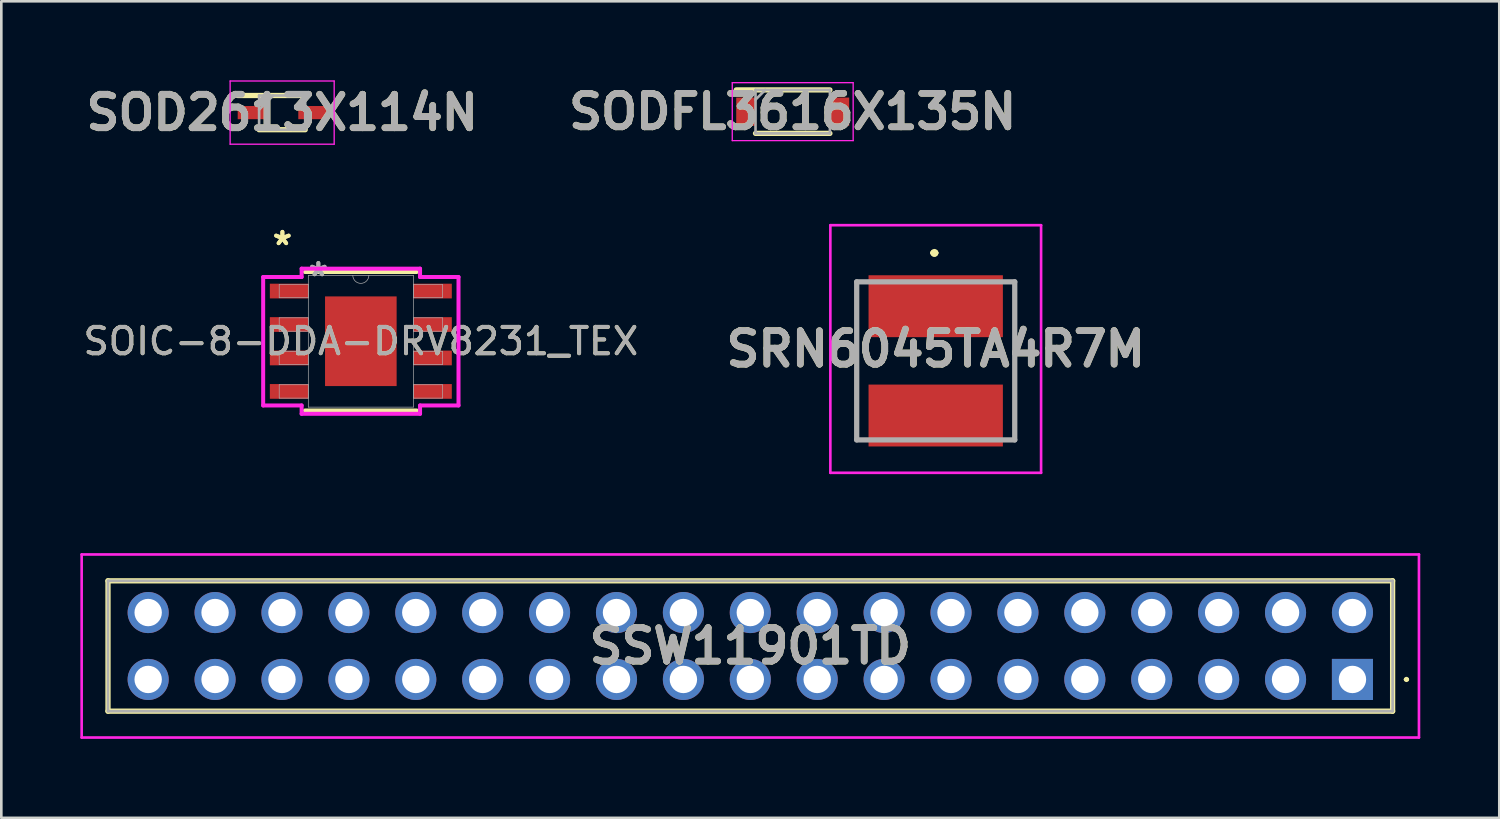
<source format=kicad_pcb>
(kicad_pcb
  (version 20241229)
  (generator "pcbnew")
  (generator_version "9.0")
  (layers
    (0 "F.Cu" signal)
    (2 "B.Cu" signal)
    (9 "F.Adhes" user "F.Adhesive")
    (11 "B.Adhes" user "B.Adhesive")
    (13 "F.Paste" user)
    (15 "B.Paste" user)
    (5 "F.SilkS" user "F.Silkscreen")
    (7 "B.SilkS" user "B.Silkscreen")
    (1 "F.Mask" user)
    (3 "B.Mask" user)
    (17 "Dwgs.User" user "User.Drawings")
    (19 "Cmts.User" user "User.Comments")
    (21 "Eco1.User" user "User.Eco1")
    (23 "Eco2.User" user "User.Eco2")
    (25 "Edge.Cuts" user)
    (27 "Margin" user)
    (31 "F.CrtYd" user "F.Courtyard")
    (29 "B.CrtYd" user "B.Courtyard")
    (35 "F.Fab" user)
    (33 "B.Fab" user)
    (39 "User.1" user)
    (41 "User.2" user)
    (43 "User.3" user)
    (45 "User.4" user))
  (footprint "SODFL3616X135N"
    (layer "F.Cu")
    (at 27.045 1.189)
    (property "Reference" "SODFL3616X135N" (at 0 0 0) (layer "F.SilkS") (effects (font (size 1.27 1.27) (thickness 0.254))))
    (attr smd)
    (fp_line (start -2.145 -0.825) (end 1.412 -0.825) (stroke (width 0.2) (type solid)) (layer "F.SilkS"))
    (fp_line (start -1.412 0.825) (end 1.412 0.825) (stroke (width 0.2) (type solid)) (layer "F.SilkS"))
    (fp_line (start -2.295 -1.1) (end 2.295 -1.1) (stroke (width 0.05) (type solid)) (layer "F.CrtYd"))
    (fp_line (start -2.295 1.1) (end -2.295 -1.1) (stroke (width 0.05) (type solid)) (layer "F.CrtYd"))
    (fp_line (start 2.295 -1.1) (end 2.295 1.1) (stroke (width 0.05) (type solid)) (layer "F.CrtYd"))
    (fp_line (start 2.295 1.1) (end -2.295 1.1) (stroke (width 0.05) (type solid)) (layer "F.CrtYd"))
    (fp_line (start -1.412 -0.825) (end 1.412 -0.825) (stroke (width 0.1) (type solid)) (layer "F.Fab"))
    (fp_line (start -1.412 -0.455) (end -1.042 -0.825) (stroke (width 0.1) (type solid)) (layer "F.Fab"))
    (fp_line (start -1.412 0.825) (end -1.412 -0.825) (stroke (width 0.1) (type solid)) (layer "F.Fab"))
    (fp_line (start 1.412 -0.825) (end 1.412 0.825) (stroke (width 0.1) (type solid)) (layer "F.Fab"))
    (fp_line (start 1.412 0.825) (end -1.412 0.825) (stroke (width 0.1) (type solid)) (layer "F.Fab"))
    (fp_text user "${REFERENCE}" (at 0 0 0) (layer "F.Fab") (effects (font (size 1.27 1.27) (thickness 0.254))))
    (pad "1" smd rect (at -1.775 0) (size 0.74 1.07) (layers "F.Cu" "F.Mask" "F.Paste"))
    (pad "2" smd rect (at 1.775 0) (size 0.74 1.07) (layers "F.Cu" "F.Mask" "F.Paste")))
  (footprint "SOIC-8-DDA-DRV8231_TEX"
    (layer "F.Cu")
    (at 10.649 9.905)
    (property "Reference" "SOIC-8-DDA-DRV8231_TEX" (at 0 0 0) (unlocked yes) (layer "F.SilkS") (effects (font (size 1 1) (thickness 0.15))))
    (attr smd)
    (fp_line (start -2.121 2.629) (end 2.121 2.629) (stroke (width 0.152) (type solid)) (layer "F.SilkS"))
    (fp_line (start 2.121 -2.629) (end -2.121 -2.629) (stroke (width 0.152) (type solid)) (layer "F.SilkS"))
    (fp_poly (pts (xy -1.259 -1.602) (xy -1.259 -0.1) (xy -0.1 -0.1) (xy -0.1 -1.602)) (stroke (width 0) (type solid)) (fill yes) (layer "F.Paste"))
    (fp_poly (pts (xy -1.259 0.1) (xy -1.259 1.602) (xy -0.1 1.602) (xy -0.1 0.1)) (stroke (width 0) (type solid)) (fill yes) (layer "F.Paste"))
    (fp_poly (pts (xy 0.1 -1.602) (xy 0.1 -0.1) (xy 1.259 -0.1) (xy 1.259 -1.602)) (stroke (width 0) (type solid)) (fill yes) (layer "F.Paste"))
    (fp_poly (pts (xy 0.1 0.1) (xy 0.1 1.602) (xy 1.259 1.602) (xy 1.259 0.1)) (stroke (width 0) (type solid)) (fill yes) (layer "F.Paste"))
    (fp_line (start -3.708 -2.438) (end -2.248 -2.438) (stroke (width 0.152) (type solid)) (layer "F.CrtYd"))
    (fp_line (start -3.708 2.438) (end -3.708 -2.438) (stroke (width 0.152) (type solid)) (layer "F.CrtYd"))
    (fp_line (start -3.708 2.438) (end -2.248 2.438) (stroke (width 0.152) (type solid)) (layer "F.CrtYd"))
    (fp_line (start -2.248 -2.756) (end 2.248 -2.756) (stroke (width 0.152) (type solid)) (layer "F.CrtYd"))
    (fp_line (start -2.248 -2.438) (end -2.248 -2.756) (stroke (width 0.152) (type solid)) (layer "F.CrtYd"))
    (fp_line (start -2.248 2.756) (end -2.248 2.438) (stroke (width 0.152) (type solid)) (layer "F.CrtYd"))
    (fp_line (start 2.248 -2.756) (end 2.248 -2.438) (stroke (width 0.152) (type solid)) (layer "F.CrtYd"))
    (fp_line (start 2.248 2.438) (end 2.248 2.756) (stroke (width 0.152) (type solid)) (layer "F.CrtYd"))
    (fp_line (start 2.248 2.756) (end -2.248 2.756) (stroke (width 0.152) (type solid)) (layer "F.CrtYd"))
    (fp_line (start 3.708 -2.438) (end 2.248 -2.438) (stroke (width 0.152) (type solid)) (layer "F.CrtYd"))
    (fp_line (start 3.708 -2.438) (end 3.708 2.438) (stroke (width 0.152) (type solid)) (layer "F.CrtYd"))
    (fp_line (start 3.708 2.438) (end 2.248 2.438) (stroke (width 0.152) (type solid)) (layer "F.CrtYd"))
    (fp_line (start -3.099 -2.159) (end -3.099 -1.651) (stroke (width 0.025) (type solid)) (layer "F.Fab"))
    (fp_line (start -3.099 -1.651) (end -1.994 -1.651) (stroke (width 0.025) (type solid)) (layer "F.Fab"))
    (fp_line (start -3.099 -0.889) (end -3.099 -0.381) (stroke (width 0.025) (type solid)) (layer "F.Fab"))
    (fp_line (start -3.099 -0.381) (end -1.994 -0.381) (stroke (width 0.025) (type solid)) (layer "F.Fab"))
    (fp_line (start -3.099 0.381) (end -3.099 0.889) (stroke (width 0.025) (type solid)) (layer "F.Fab"))
    (fp_line (start -3.099 0.889) (end -1.994 0.889) (stroke (width 0.025) (type solid)) (layer "F.Fab"))
    (fp_line (start -3.099 1.651) (end -3.099 2.159) (stroke (width 0.025) (type solid)) (layer "F.Fab"))
    (fp_line (start -3.099 2.159) (end -1.994 2.159) (stroke (width 0.025) (type solid)) (layer "F.Fab"))
    (fp_line (start -1.994 -2.502) (end -1.994 2.502) (stroke (width 0.025) (type solid)) (layer "F.Fab"))
    (fp_line (start -1.994 -2.159) (end -3.099 -2.159) (stroke (width 0.025) (type solid)) (layer "F.Fab"))
    (fp_line (start -1.994 -1.651) (end -1.994 -2.159) (stroke (width 0.025) (type solid)) (layer "F.Fab"))
    (fp_line (start -1.994 -0.889) (end -3.099 -0.889) (stroke (width 0.025) (type solid)) (layer "F.Fab"))
    (fp_line (start -1.994 -0.381) (end -1.994 -0.889) (stroke (width 0.025) (type solid)) (layer "F.Fab"))
    (fp_line (start -1.994 0.381) (end -3.099 0.381) (stroke (width 0.025) (type solid)) (layer "F.Fab"))
    (fp_line (start -1.994 0.889) (end -1.994 0.381) (stroke (width 0.025) (type solid)) (layer "F.Fab"))
    (fp_line (start -1.994 1.651) (end -3.099 1.651) (stroke (width 0.025) (type solid)) (layer "F.Fab"))
    (fp_line (start -1.994 2.159) (end -1.994 1.651) (stroke (width 0.025) (type solid)) (layer "F.Fab"))
    (fp_line (start -1.994 2.502) (end 1.994 2.502) (stroke (width 0.025) (type solid)) (layer "F.Fab"))
    (fp_line (start 1.994 -2.502) (end -1.994 -2.502) (stroke (width 0.025) (type solid)) (layer "F.Fab"))
    (fp_line (start 1.994 -2.159) (end 1.994 -1.651) (stroke (width 0.025) (type solid)) (layer "F.Fab"))
    (fp_line (start 1.994 -1.651) (end 3.099 -1.651) (stroke (width 0.025) (type solid)) (layer "F.Fab"))
    (fp_line (start 1.994 -0.889) (end 1.994 -0.381) (stroke (width 0.025) (type solid)) (layer "F.Fab"))
    (fp_line (start 1.994 -0.381) (end 3.099 -0.381) (stroke (width 0.025) (type solid)) (layer "F.Fab"))
    (fp_line (start 1.994 0.381) (end 1.994 0.889) (stroke (width 0.025) (type solid)) (layer "F.Fab"))
    (fp_line (start 1.994 0.889) (end 3.099 0.889) (stroke (width 0.025) (type solid)) (layer "F.Fab"))
    (fp_line (start 1.994 1.651) (end 1.994 2.159) (stroke (width 0.025) (type solid)) (layer "F.Fab"))
    (fp_line (start 1.994 2.159) (end 3.099 2.159) (stroke (width 0.025) (type solid)) (layer "F.Fab"))
    (fp_line (start 1.994 2.502) (end 1.994 -2.502) (stroke (width 0.025) (type solid)) (layer "F.Fab"))
    (fp_line (start 3.099 -2.159) (end 1.994 -2.159) (stroke (width 0.025) (type solid)) (layer "F.Fab"))
    (fp_line (start 3.099 -1.651) (end 3.099 -2.159) (stroke (width 0.025) (type solid)) (layer "F.Fab"))
    (fp_line (start 3.099 -0.889) (end 1.994 -0.889) (stroke (width 0.025) (type solid)) (layer "F.Fab"))
    (fp_line (start 3.099 -0.381) (end 3.099 -0.889) (stroke (width 0.025) (type solid)) (layer "F.Fab"))
    (fp_line (start 3.099 0.381) (end 1.994 0.381) (stroke (width 0.025) (type solid)) (layer "F.Fab"))
    (fp_line (start 3.099 0.889) (end 3.099 0.381) (stroke (width 0.025) (type solid)) (layer "F.Fab"))
    (fp_line (start 3.099 1.651) (end 1.994 1.651) (stroke (width 0.025) (type solid)) (layer "F.Fab"))
    (fp_line (start 3.099 2.159) (end 3.099 1.651) (stroke (width 0.025) (type solid)) (layer "F.Fab"))
    (fp_arc (start 0.3048 -2.5019) (mid 0 -2.1971) (end -0.3048 -2.5019) (stroke (width 0.0254) (type solid)) (layer "F.Fab"))
    (fp_text user "*" (at -2.978 -3.607 0) (unlocked yes) (layer "F.SilkS") (effects (font (size 1 1) (thickness 0.15))))
    (fp_text user "*" (at -2.978 -3.607 0) (layer "F.SilkS") (effects (font (size 1 1) (thickness 0.15))))
    (fp_text user "*" (at -1.613 -2.426 0) (layer "F.Fab") (effects (font (size 1 1) (thickness 0.15))))
    (fp_text user "${REFERENCE}" (at 0 0 0) (unlocked yes) (layer "F.Fab") (effects (font (size 1 1) (thickness 0.15))))
    (fp_text user "*" (at -1.613 -2.426 0) (unlocked yes) (layer "F.Fab") (effects (font (size 1 1) (thickness 0.15))))
    (pad "1" smd rect (at -2.724 -1.905) (size 1.46 0.559) (layers "F.Cu" "F.Mask" "F.Paste"))
    (pad "2" smd rect (at -2.724 -0.635) (size 1.46 0.559) (layers "F.Cu" "F.Mask" "F.Paste"))
    (pad "3" smd rect (at -2.724 0.635) (size 1.46 0.559) (layers "F.Cu" "F.Mask" "F.Paste"))
    (pad "4" smd rect (at -2.724 1.905) (size 1.46 0.559) (layers "F.Cu" "F.Mask" "F.Paste"))
    (pad "5" smd rect (at 2.724 1.905) (size 1.46 0.559) (layers "F.Cu" "F.Mask" "F.Paste"))
    (pad "6" smd rect (at 2.724 0.635) (size 1.46 0.559) (layers "F.Cu" "F.Mask" "F.Paste"))
    (pad "7" smd rect (at 2.724 -0.635) (size 1.46 0.559) (layers "F.Cu" "F.Mask" "F.Paste"))
    (pad "8" smd rect (at 2.724 -1.905) (size 1.46 0.559) (layers "F.Cu" "F.Mask" "F.Paste"))
    (pad "EPAD" smd rect (at 0 0) (size 2.718 3.404) (layers "F.Cu" "F.Mask")))
  (footprint "SRN6045TA4R7M"
    (layer "F.Cu")
    (at 32.474 10.65)
    (property "Reference" "SRN6045TA4R7M" (at 0 -0.45 0) (layer "F.SilkS") (effects (font (size 1.27 1.27) (thickness 0.254))))
    (attr smd)
    (fp_line (start -3 -3) (end -3 -3) (stroke (width 0.1) (type solid)) (layer "F.SilkS"))
    (fp_line (start -3 -3) (end -3 3) (stroke (width 0.1) (type solid)) (layer "F.SilkS"))
    (fp_line (start -3 3) (end -3 -3) (stroke (width 0.1) (type solid)) (layer "F.SilkS"))
    (fp_line (start -3 3) (end -3 3) (stroke (width 0.1) (type solid)) (layer "F.SilkS"))
    (fp_line (start -0.1 -4.1) (end -0.1 -4.1) (stroke (width 0.2) (type solid)) (layer "F.SilkS"))
    (fp_line (start -0.1 -4.1) (end -0.1 -4.1) (stroke (width 0.2) (type solid)) (layer "F.SilkS"))
    (fp_line (start 0 -4.1) (end 0 -4.1) (stroke (width 0.2) (type solid)) (layer "F.SilkS"))
    (fp_line (start 3 -3) (end 3 -3) (stroke (width 0.1) (type solid)) (layer "F.SilkS"))
    (fp_line (start 3 -3) (end 3 3) (stroke (width 0.1) (type solid)) (layer "F.SilkS"))
    (fp_line (start 3 3) (end 3 -3) (stroke (width 0.1) (type solid)) (layer "F.SilkS"))
    (fp_line (start 3 3) (end 3 3) (stroke (width 0.1) (type solid)) (layer "F.SilkS"))
    (fp_arc (start -0.1 -4.1) (mid -0.05 -4.15) (end 0 -4.1) (stroke (width 0.2) (type solid)) (layer "F.SilkS"))
    (fp_arc (start 0 -4.1) (mid -0.05 -4.05) (end -0.1 -4.1) (stroke (width 0.2) (type solid)) (layer "F.SilkS"))
    (fp_arc (start 0 -4.1) (mid -0.05 -4.05) (end -0.1 -4.1) (stroke (width 0.2) (type solid)) (layer "F.SilkS"))
    (fp_line (start -4 -5.15) (end 4 -5.15) (stroke (width 0.1) (type solid)) (layer "F.CrtYd"))
    (fp_line (start -4 4.25) (end -4 -5.15) (stroke (width 0.1) (type solid)) (layer "F.CrtYd"))
    (fp_line (start 4 -5.15) (end 4 4.25) (stroke (width 0.1) (type solid)) (layer "F.CrtYd"))
    (fp_line (start 4 4.25) (end -4 4.25) (stroke (width 0.1) (type solid)) (layer "F.CrtYd"))
    (fp_line (start -3 -3) (end 3 -3) (stroke (width 0.2) (type solid)) (layer "F.Fab"))
    (fp_line (start -3 3) (end -3 -3) (stroke (width 0.2) (type solid)) (layer "F.Fab"))
    (fp_line (start 3 -3) (end 3 3) (stroke (width 0.2) (type solid)) (layer "F.Fab"))
    (fp_line (start 3 3) (end -3 3) (stroke (width 0.2) (type solid)) (layer "F.Fab"))
    (fp_text user "${REFERENCE}" (at 0 -0.45 0) (layer "F.Fab") (effects (font (size 1.27 1.27) (thickness 0.254))))
    (pad "1" smd rect (at 0 -2.075 90) (size 2.35 5.1) (layers "F.Cu" "F.Mask" "F.Paste"))
    (pad "2" smd rect (at 0 2.075 90) (size 2.35 5.1) (layers "F.Cu" "F.Mask" "F.Paste")))
  (footprint "SOD2613X114N"
    (layer "F.Cu")
    (at 7.662 1.225)
    (property "Reference" "SOD2613X114N" (at 0 0 0) (layer "F.SilkS") (effects (font (size 1.27 1.27) (thickness 0.254))))
    (attr smd)
    (fp_line (start -1.688 -0.65) (end 0.875 -0.65) (stroke (width 0.2) (type solid)) (layer "F.SilkS"))
    (fp_line (start -0.875 0.65) (end 0.875 0.65) (stroke (width 0.2) (type solid)) (layer "F.SilkS"))
    (fp_line (start -1.975 -1.2) (end 1.975 -1.2) (stroke (width 0.05) (type solid)) (layer "F.CrtYd"))
    (fp_line (start -1.975 1.2) (end -1.975 -1.2) (stroke (width 0.05) (type solid)) (layer "F.CrtYd"))
    (fp_line (start 1.975 -1.2) (end 1.975 1.2) (stroke (width 0.05) (type solid)) (layer "F.CrtYd"))
    (fp_line (start 1.975 1.2) (end -1.975 1.2) (stroke (width 0.05) (type solid)) (layer "F.CrtYd"))
    (fp_line (start -0.875 -0.65) (end 0.875 -0.65) (stroke (width 0.1) (type solid)) (layer "F.Fab"))
    (fp_line (start -0.875 -0.112) (end -0.338 -0.65) (stroke (width 0.1) (type solid)) (layer "F.Fab"))
    (fp_line (start -0.875 0.65) (end -0.875 -0.65) (stroke (width 0.1) (type solid)) (layer "F.Fab"))
    (fp_line (start 0.875 -0.65) (end 0.875 0.65) (stroke (width 0.1) (type solid)) (layer "F.Fab"))
    (fp_line (start 0.875 0.65) (end -0.875 0.65) (stroke (width 0.1) (type solid)) (layer "F.Fab"))
    (fp_text user "${REFERENCE}" (at 0 0 0) (layer "F.Fab") (effects (font (size 1.27 1.27) (thickness 0.254))))
    (pad "1" smd rect (at -1.15 0 90) (size 0.5 1.075) (layers "F.Cu" "F.Mask" "F.Paste"))
    (pad "2" smd rect (at 1.15 0 90) (size 0.5 1.075) (layers "F.Cu" "F.Mask" "F.Paste")))
  (footprint "SSW11901TD"
    (layer "F.Cu")
    (at 48.295 22.745)
    (property "Reference" "SSW11901TD" (at -22.86 -1.27 0) (layer "F.SilkS") (effects (font (size 1.27 1.27) (thickness 0.254))))
    (attr through_hole)
    (fp_line (start -47.245 -3.745) (end 1.525 -3.745) (stroke (width 0.2) (type solid)) (layer "F.SilkS"))
    (fp_line (start -47.245 1.205) (end -47.245 -3.745) (stroke (width 0.2) (type solid)) (layer "F.SilkS"))
    (fp_line (start 1.525 -3.745) (end 1.525 1.205) (stroke (width 0.2) (type solid)) (layer "F.SilkS"))
    (fp_line (start 1.525 1.205) (end -47.245 1.205) (stroke (width 0.2) (type solid)) (layer "F.SilkS"))
    (fp_line (start 2 0) (end 2 0) (stroke (width 0.1) (type solid)) (layer "F.SilkS"))
    (fp_line (start 2.1 0) (end 2.1 0) (stroke (width 0.1) (type solid)) (layer "F.SilkS"))
    (fp_arc (start 2 0) (mid 2.05 -0.05) (end 2.1 0) (stroke (width 0.1) (type solid)) (layer "F.SilkS"))
    (fp_arc (start 2.1 0) (mid 2.05 0.05) (end 2 0) (stroke (width 0.1) (type solid)) (layer "F.SilkS"))
    (fp_line (start -48.245 -4.745) (end 2.525 -4.745) (stroke (width 0.1) (type solid)) (layer "F.CrtYd"))
    (fp_line (start -48.245 2.205) (end -48.245 -4.745) (stroke (width 0.1) (type solid)) (layer "F.CrtYd"))
    (fp_line (start 2.525 -4.745) (end 2.525 2.205) (stroke (width 0.1) (type solid)) (layer "F.CrtYd"))
    (fp_line (start 2.525 2.205) (end -48.245 2.205) (stroke (width 0.1) (type solid)) (layer "F.CrtYd"))
    (fp_line (start -47.245 -3.745) (end 1.525 -3.745) (stroke (width 0.1) (type solid)) (layer "F.Fab"))
    (fp_line (start -47.245 1.205) (end -47.245 -3.745) (stroke (width 0.1) (type solid)) (layer "F.Fab"))
    (fp_line (start 1.525 -3.745) (end 1.525 1.205) (stroke (width 0.1) (type solid)) (layer "F.Fab"))
    (fp_line (start 1.525 1.205) (end -47.245 1.205) (stroke (width 0.1) (type solid)) (layer "F.Fab"))
    (fp_text user "${REFERENCE}" (at -22.86 -1.27 0) (layer "F.Fab") (effects (font (size 1.27 1.27) (thickness 0.254))))
    (pad "1" thru_hole rect (at 0 0) (size 1.56 1.56) (drill 1.04) (layers "*.Cu" "*.Mask"))
    (pad "2" thru_hole circle (at 0 -2.54) (size 1.56 1.56) (drill 1.04) (layers "*.Cu" "*.Mask"))
    (pad "3" thru_hole circle (at -2.54 0) (size 1.56 1.56) (drill 1.04) (layers "*.Cu" "*.Mask"))
    (pad "4" thru_hole circle (at -2.54 -2.54) (size 1.56 1.56) (drill 1.04) (layers "*.Cu" "*.Mask"))
    (pad "5" thru_hole circle (at -5.08 0) (size 1.56 1.56) (drill 1.04) (layers "*.Cu" "*.Mask"))
    (pad "6" thru_hole circle (at -5.08 -2.54) (size 1.56 1.56) (drill 1.04) (layers "*.Cu" "*.Mask"))
    (pad "7" thru_hole circle (at -7.62 0) (size 1.56 1.56) (drill 1.04) (layers "*.Cu" "*.Mask"))
    (pad "8" thru_hole circle (at -7.62 -2.54) (size 1.56 1.56) (drill 1.04) (layers "*.Cu" "*.Mask"))
    (pad "9" thru_hole circle (at -10.16 0) (size 1.56 1.56) (drill 1.04) (layers "*.Cu" "*.Mask"))
    (pad "10" thru_hole circle (at -10.16 -2.54) (size 1.56 1.56) (drill 1.04) (layers "*.Cu" "*.Mask"))
    (pad "11" thru_hole circle (at -12.7 0) (size 1.56 1.56) (drill 1.04) (layers "*.Cu" "*.Mask"))
    (pad "12" thru_hole circle (at -12.7 -2.54) (size 1.56 1.56) (drill 1.04) (layers "*.Cu" "*.Mask"))
    (pad "13" thru_hole circle (at -15.24 0) (size 1.56 1.56) (drill 1.04) (layers "*.Cu" "*.Mask"))
    (pad "14" thru_hole circle (at -15.24 -2.54) (size 1.56 1.56) (drill 1.04) (layers "*.Cu" "*.Mask"))
    (pad "15" thru_hole circle (at -17.78 0) (size 1.56 1.56) (drill 1.04) (layers "*.Cu" "*.Mask"))
    (pad "16" thru_hole circle (at -17.78 -2.54) (size 1.56 1.56) (drill 1.04) (layers "*.Cu" "*.Mask"))
    (pad "17" thru_hole circle (at -20.32 0) (size 1.56 1.56) (drill 1.04) (layers "*.Cu" "*.Mask"))
    (pad "18" thru_hole circle (at -20.32 -2.54) (size 1.56 1.56) (drill 1.04) (layers "*.Cu" "*.Mask"))
    (pad "19" thru_hole circle (at -22.86 0) (size 1.56 1.56) (drill 1.04) (layers "*.Cu" "*.Mask"))
    (pad "20" thru_hole circle (at -22.86 -2.54) (size 1.56 1.56) (drill 1.04) (layers "*.Cu" "*.Mask"))
    (pad "21" thru_hole circle (at -25.4 0) (size 1.56 1.56) (drill 1.04) (layers "*.Cu" "*.Mask"))
    (pad "22" thru_hole circle (at -25.4 -2.54) (size 1.56 1.56) (drill 1.04) (layers "*.Cu" "*.Mask"))
    (pad "23" thru_hole circle (at -27.94 0) (size 1.56 1.56) (drill 1.04) (layers "*.Cu" "*.Mask"))
    (pad "24" thru_hole circle (at -27.94 -2.54) (size 1.56 1.56) (drill 1.04) (layers "*.Cu" "*.Mask"))
    (pad "25" thru_hole circle (at -30.48 0) (size 1.56 1.56) (drill 1.04) (layers "*.Cu" "*.Mask"))
    (pad "26" thru_hole circle (at -30.48 -2.54) (size 1.56 1.56) (drill 1.04) (layers "*.Cu" "*.Mask"))
    (pad "27" thru_hole circle (at -33.02 0) (size 1.56 1.56) (drill 1.04) (layers "*.Cu" "*.Mask"))
    (pad "28" thru_hole circle (at -33.02 -2.54) (size 1.56 1.56) (drill 1.04) (layers "*.Cu" "*.Mask"))
    (pad "29" thru_hole circle (at -35.56 0) (size 1.56 1.56) (drill 1.04) (layers "*.Cu" "*.Mask"))
    (pad "30" thru_hole circle (at -35.56 -2.54) (size 1.56 1.56) (drill 1.04) (layers "*.Cu" "*.Mask"))
    (pad "31" thru_hole circle (at -38.1 0) (size 1.56 1.56) (drill 1.04) (layers "*.Cu" "*.Mask"))
    (pad "32" thru_hole circle (at -38.1 -2.54) (size 1.56 1.56) (drill 1.04) (layers "*.Cu" "*.Mask"))
    (pad "33" thru_hole circle (at -40.64 0) (size 1.56 1.56) (drill 1.04) (layers "*.Cu" "*.Mask"))
    (pad "34" thru_hole circle (at -40.64 -2.54) (size 1.56 1.56) (drill 1.04) (layers "*.Cu" "*.Mask"))
    (pad "35" thru_hole circle (at -43.18 0) (size 1.56 1.56) (drill 1.04) (layers "*.Cu" "*.Mask"))
    (pad "36" thru_hole circle (at -43.18 -2.54) (size 1.56 1.56) (drill 1.04) (layers "*.Cu" "*.Mask"))
    (pad "37" thru_hole circle (at -45.72 0) (size 1.56 1.56) (drill 1.04) (layers "*.Cu" "*.Mask"))
    (pad "38" thru_hole circle (at -45.72 -2.54) (size 1.56 1.56) (drill 1.04) (layers "*.Cu" "*.Mask")))
  (gr_rect
    (start -3 -3)
    (end 53.87 28)
    (stroke (width 0.1) (type default))
    (fill no)
    (layer "Edge.Cuts")))
</source>
